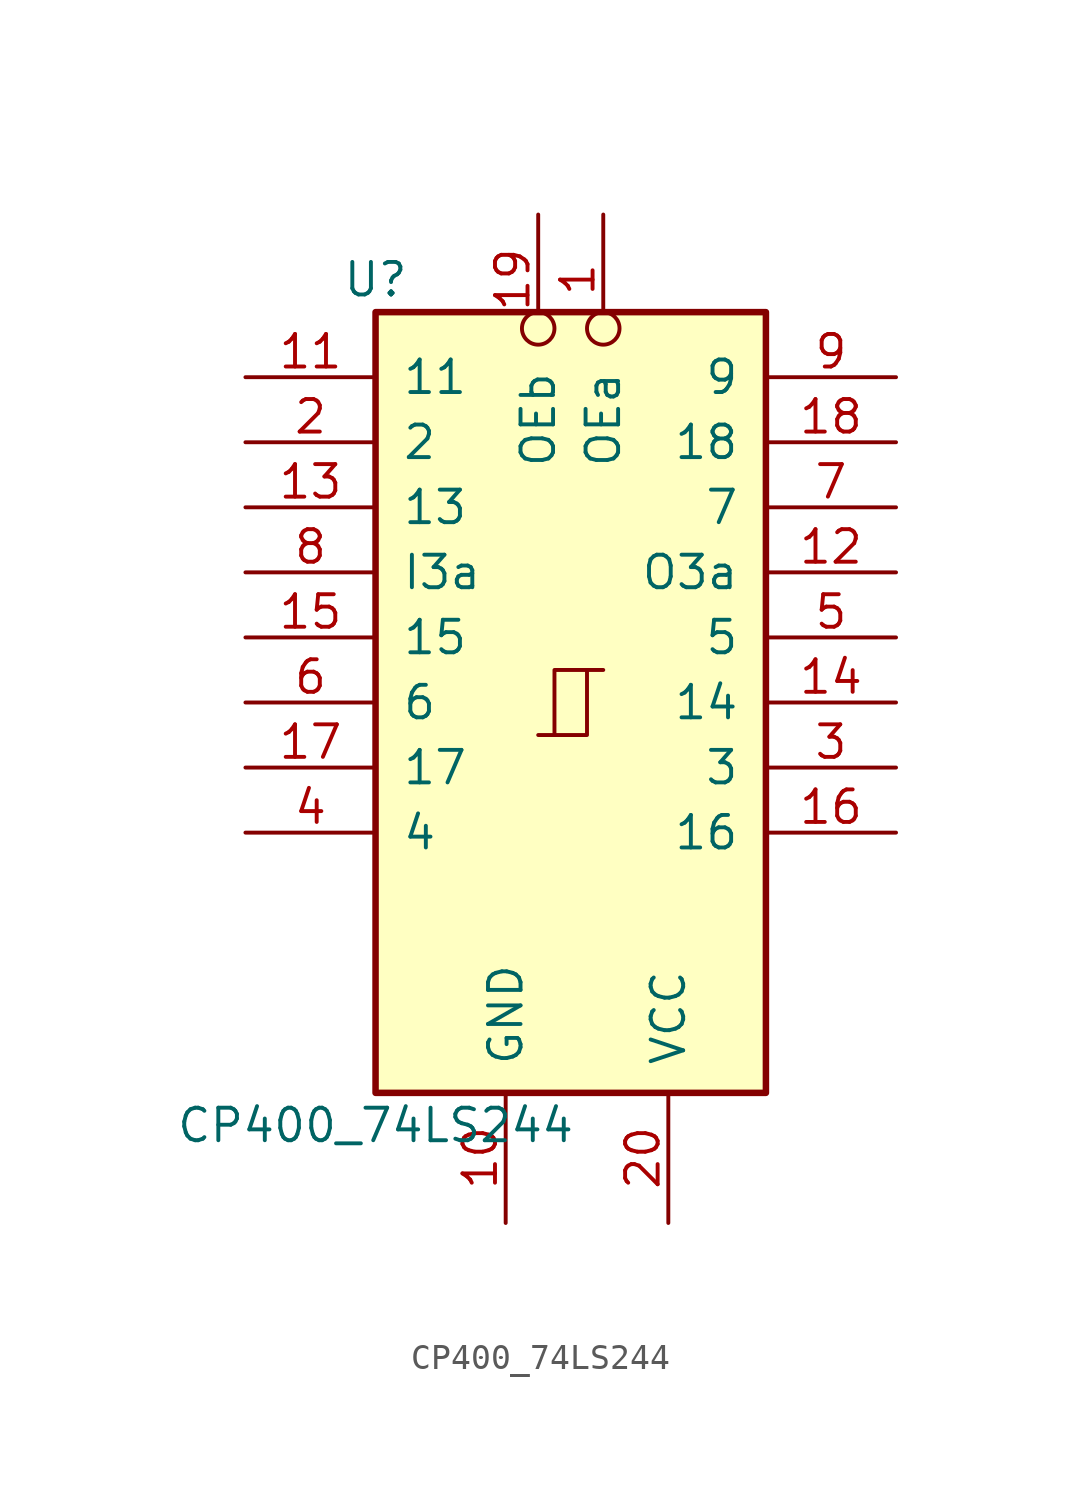
<source format=kicad_sym>
(kicad_symbol_lib
  (version 20211014)
  (generator kicad_symbol_editor)
  (symbol "CP400_74LS244"
    (pin_names
      (offset 1.016))
    (property "Reference" "U"
      (at -7.62 16.51 0)
      (effects (font (size 1.27 1.27))))
    (property "Value" "CP400_74LS244"
      (at -7.62 -16.51 0)
      (effects (font (size 1.27 1.27))))
    (symbol "CP400_74LS244_1_0"
      (polyline (pts (xy -0.635 -1.27) (xy -0.635 1.27) (xy 0.635 1.27)) (stroke (width 0) (type default) (color 0 0 0 0)) (fill (type none)))
      (polyline (pts (xy -1.27 -1.27) (xy 0.635 -1.27) (xy 0.635 1.27) (xy 1.27 1.27)) (stroke (width 0) (type default) (color 0 0 0 0)) (fill (type none)))
      (pin input inverted (at 1.27 19.05 270) (length 5.08) (name "OEa" (effects (font (size 1.27 1.27)))) (number "1" (effects (font (size 1.27 1.27)))))
      (pin power_in line (at -2.54 -20.32 90) (length 5.08) (name "GND" (effects (font (size 1.27 1.27)))) (number "10" (effects (font (size 1.27 1.27)))))
      (pin input line (at -12.7 12.7 0) (length 5.08) (name "11" (effects (font (size 1.27 1.27)))) (number "11" (effects (font (size 1.27 1.27)))))
      (pin tri_state line (at 12.7 5.08 180) (length 5.08) (name "O3a" (effects (font (size 1.27 1.27)))) (number "12" (effects (font (size 1.27 1.27)))))
      (pin input line (at -12.7 7.62 0) (length 5.08) (name "13" (effects (font (size 1.27 1.27)))) (number "13" (effects (font (size 1.27 1.27)))))
      (pin tri_state line (at 12.7 0 180) (length 5.08) (name "14" (effects (font (size 1.27 1.27)))) (number "14" (effects (font (size 1.27 1.27)))))
      (pin input line (at -12.7 2.54 0) (length 5.08) (name "15" (effects (font (size 1.27 1.27)))) (number "15" (effects (font (size 1.27 1.27)))))
      (pin tri_state line (at 12.7 -5.08 180) (length 5.08) (name "16" (effects (font (size 1.27 1.27)))) (number "16" (effects (font (size 1.27 1.27)))))
      (pin input line (at -12.7 -2.54 0) (length 5.08) (name "17" (effects (font (size 1.27 1.27)))) (number "17" (effects (font (size 1.27 1.27)))))
      (pin tri_state line (at 12.7 10.16 180) (length 5.08) (name "18" (effects (font (size 1.27 1.27)))) (number "18" (effects (font (size 1.27 1.27)))))
      (pin input inverted (at -1.27 19.05 270) (length 5.08) (name "OEb" (effects (font (size 1.27 1.27)))) (number "19" (effects (font (size 1.27 1.27)))))
      (pin input line (at -12.7 10.16 0) (length 5.08) (name "2" (effects (font (size 1.27 1.27)))) (number "2" (effects (font (size 1.27 1.27)))))
      (pin power_in line (at 3.81 -20.32 90) (length 5.08) (name "VCC" (effects (font (size 1.27 1.27)))) (number "20" (effects (font (size 1.27 1.27)))))
      (pin tri_state line (at 12.7 -2.54 180) (length 5.08) (name "3" (effects (font (size 1.27 1.27)))) (number "3" (effects (font (size 1.27 1.27)))))
      (pin input line (at -12.7 -5.08 0) (length 5.08) (name "4" (effects (font (size 1.27 1.27)))) (number "4" (effects (font (size 1.27 1.27)))))
      (pin tri_state line (at 12.7 2.54 180) (length 5.08) (name "5" (effects (font (size 1.27 1.27)))) (number "5" (effects (font (size 1.27 1.27)))))
      (pin input line (at -12.7 0 0) (length 5.08) (name "6" (effects (font (size 1.27 1.27)))) (number "6" (effects (font (size 1.27 1.27)))))
      (pin tri_state line (at 12.7 7.62 180) (length 5.08) (name "7" (effects (font (size 1.27 1.27)))) (number "7" (effects (font (size 1.27 1.27)))))
      (pin input line (at -12.7 5.08 0) (length 5.08) (name "I3a" (effects (font (size 1.27 1.27)))) (number "8" (effects (font (size 1.27 1.27)))))
      (pin tri_state line (at 12.7 12.7 180) (length 5.08) (name "9" (effects (font (size 1.27 1.27)))) (number "9" (effects (font (size 1.27 1.27))))))
    (symbol "CP400_74LS244_1_1"
      (rectangle (start -7.62 15.24) (end 7.62 -15.24) (stroke (width 0.254) (type default) (color 0 0 0 0)) (fill (type background))))))
</source>
